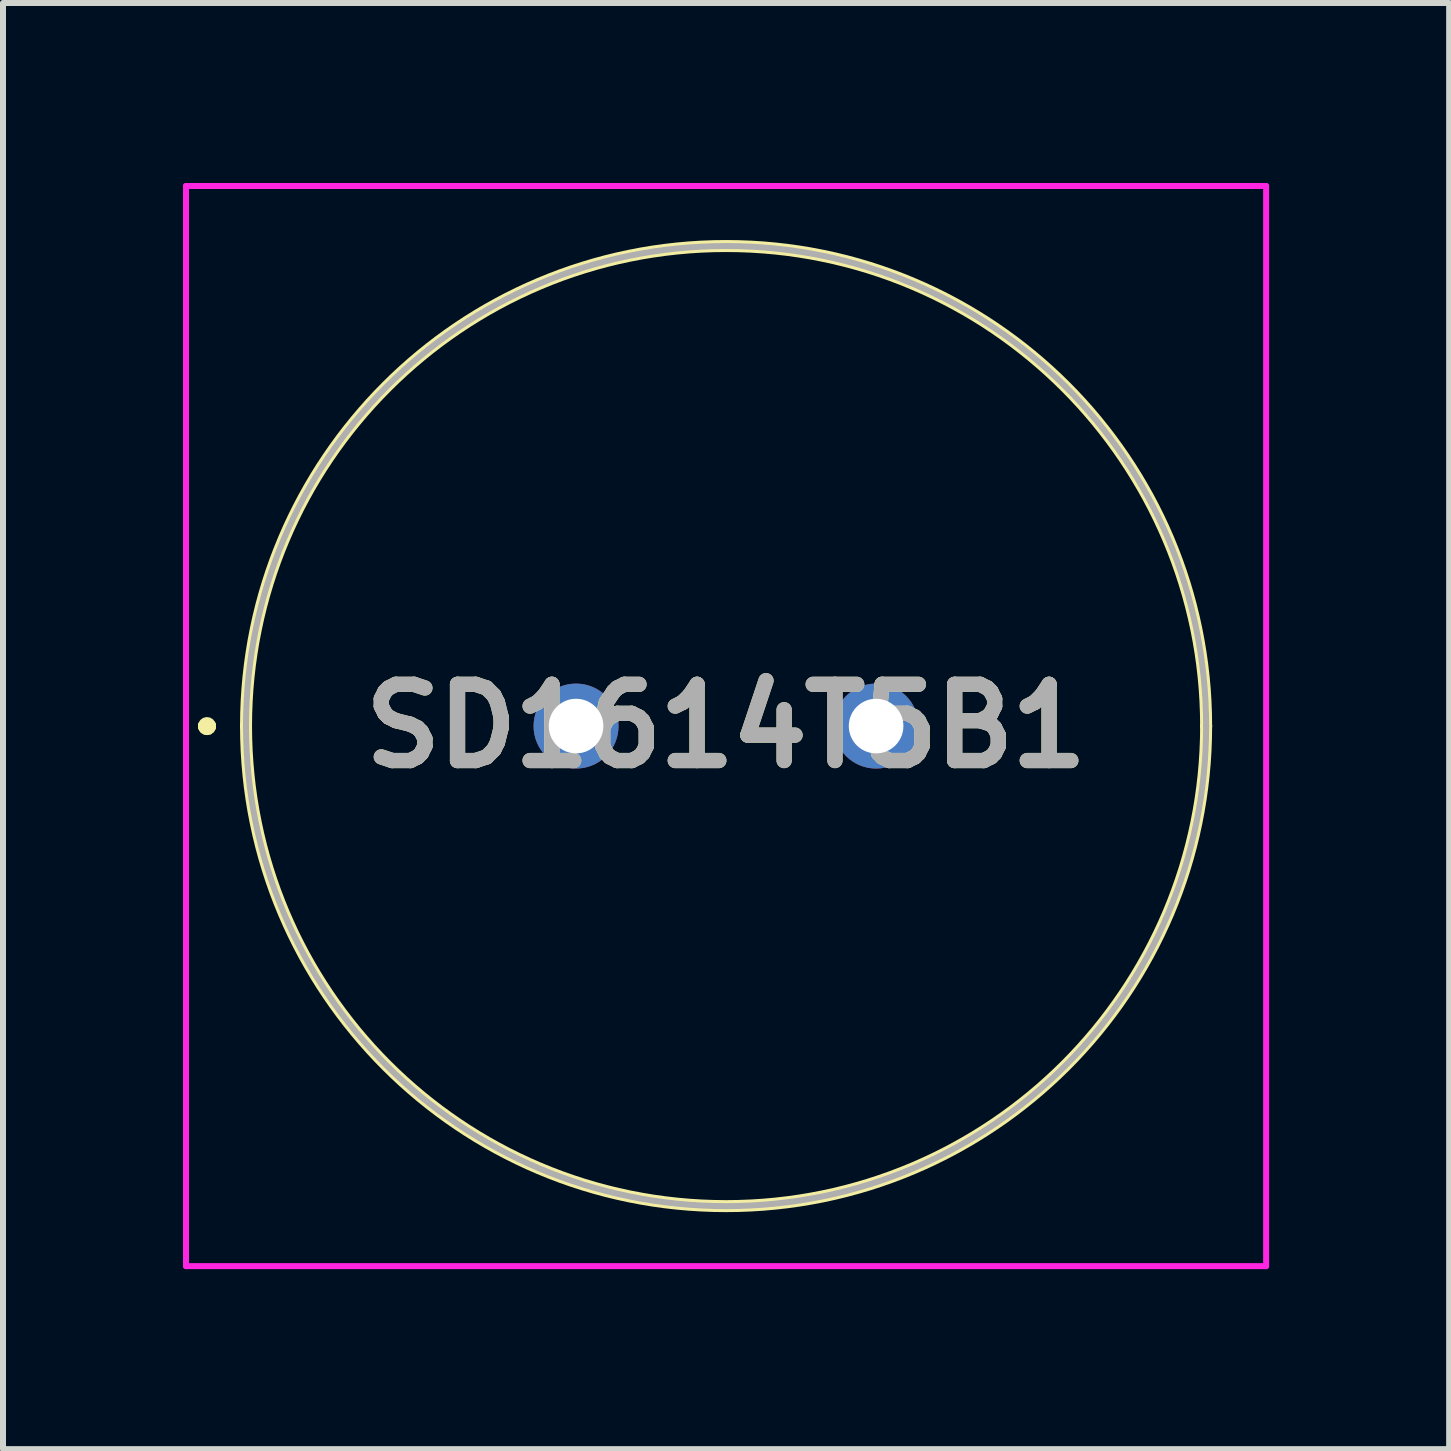
<source format=kicad_pcb>
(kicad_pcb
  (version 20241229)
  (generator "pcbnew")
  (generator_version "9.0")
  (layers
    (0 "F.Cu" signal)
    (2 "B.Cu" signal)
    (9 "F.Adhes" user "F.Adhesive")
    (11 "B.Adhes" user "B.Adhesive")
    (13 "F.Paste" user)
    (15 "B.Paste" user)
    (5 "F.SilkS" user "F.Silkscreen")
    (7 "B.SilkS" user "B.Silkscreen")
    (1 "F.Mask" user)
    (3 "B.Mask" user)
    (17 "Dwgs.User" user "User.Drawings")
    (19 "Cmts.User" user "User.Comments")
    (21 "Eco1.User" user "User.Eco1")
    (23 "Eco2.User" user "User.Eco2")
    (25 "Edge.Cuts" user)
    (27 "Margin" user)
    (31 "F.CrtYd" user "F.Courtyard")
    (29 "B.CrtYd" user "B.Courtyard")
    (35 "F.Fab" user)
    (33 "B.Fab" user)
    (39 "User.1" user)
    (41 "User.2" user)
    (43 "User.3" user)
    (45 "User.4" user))
  (footprint "SD1614T5B1"
    (layer "F.Cu")
    (at 6.55 9.05)
    (property "Reference" "SD1614T5B1" (at 2.5 0 0) (layer "F.SilkS") (effects (font (size 1.27 1.27) (thickness 0.254))))
    (attr through_hole)
    (fp_line (start -6.2 0) (end -6.2 0) (stroke (width 0.2) (type solid)) (layer "F.SilkS"))
    (fp_line (start -6.2 0) (end -6.2 0) (stroke (width 0.2) (type solid)) (layer "F.SilkS"))
    (fp_line (start -6.1 0) (end -6.1 0) (stroke (width 0.2) (type solid)) (layer "F.SilkS"))
    (fp_line (start -5.5 0) (end -5.5 0) (stroke (width 0.2) (type solid)) (layer "F.SilkS"))
    (fp_line (start 10.5 0) (end 10.5 0) (stroke (width 0.2) (type solid)) (layer "F.SilkS"))
    (fp_arc (start -6.2 0) (mid -6.15 -0.05) (end -6.1 0) (stroke (width 0.2) (type solid)) (layer "F.SilkS"))
    (fp_arc (start -6.1 0) (mid -6.15 0.05) (end -6.2 0) (stroke (width 0.2) (type solid)) (layer "F.SilkS"))
    (fp_arc (start -6.1 0) (mid -6.15 0.05) (end -6.2 0) (stroke (width 0.2) (type solid)) (layer "F.SilkS"))
    (fp_arc (start -5.5 0) (mid 2.5 -8) (end 10.5 0) (stroke (width 0.2) (type solid)) (layer "F.SilkS"))
    (fp_arc (start 10.5 0) (mid 2.5 8) (end -5.5 0) (stroke (width 0.2) (type solid)) (layer "F.SilkS"))
    (fp_line (start -6.5 -9) (end 11.5 -9) (stroke (width 0.1) (type solid)) (layer "F.CrtYd"))
    (fp_line (start -6.5 9) (end -6.5 -9) (stroke (width 0.1) (type solid)) (layer "F.CrtYd"))
    (fp_line (start 11.5 -9) (end 11.5 9) (stroke (width 0.1) (type solid)) (layer "F.CrtYd"))
    (fp_line (start 11.5 9) (end -6.5 9) (stroke (width 0.1) (type solid)) (layer "F.CrtYd"))
    (fp_line (start -5.5 0) (end -5.5 0) (stroke (width 0.1) (type solid)) (layer "F.Fab"))
    (fp_line (start 10.5 0) (end 10.5 0) (stroke (width 0.1) (type solid)) (layer "F.Fab"))
    (fp_arc (start -5.5 0) (mid 2.5 -8) (end 10.5 0) (stroke (width 0.1) (type solid)) (layer "F.Fab"))
    (fp_arc (start 10.5 0) (mid 2.5 8) (end -5.5 0) (stroke (width 0.1) (type solid)) (layer "F.Fab"))
    (fp_text user "${REFERENCE}" (at 2.5 0 0) (layer "F.Fab") (effects (font (size 1.27 1.27) (thickness 0.254))))
    (pad "1" thru_hole circle (at 0 0) (size 1.416 1.416) (drill 0.91) (layers "*.Cu" "*.Mask"))
    (pad "2" thru_hole circle (at 5 0) (size 1.416 1.416) (drill 0.91) (layers "*.Cu" "*.Mask")))
  (gr_rect
    (start -3 -3)
    (end 21.1 21.1)
    (stroke (width 0.1) (type default))
    (fill no)
    (layer "Edge.Cuts")))
</source>
